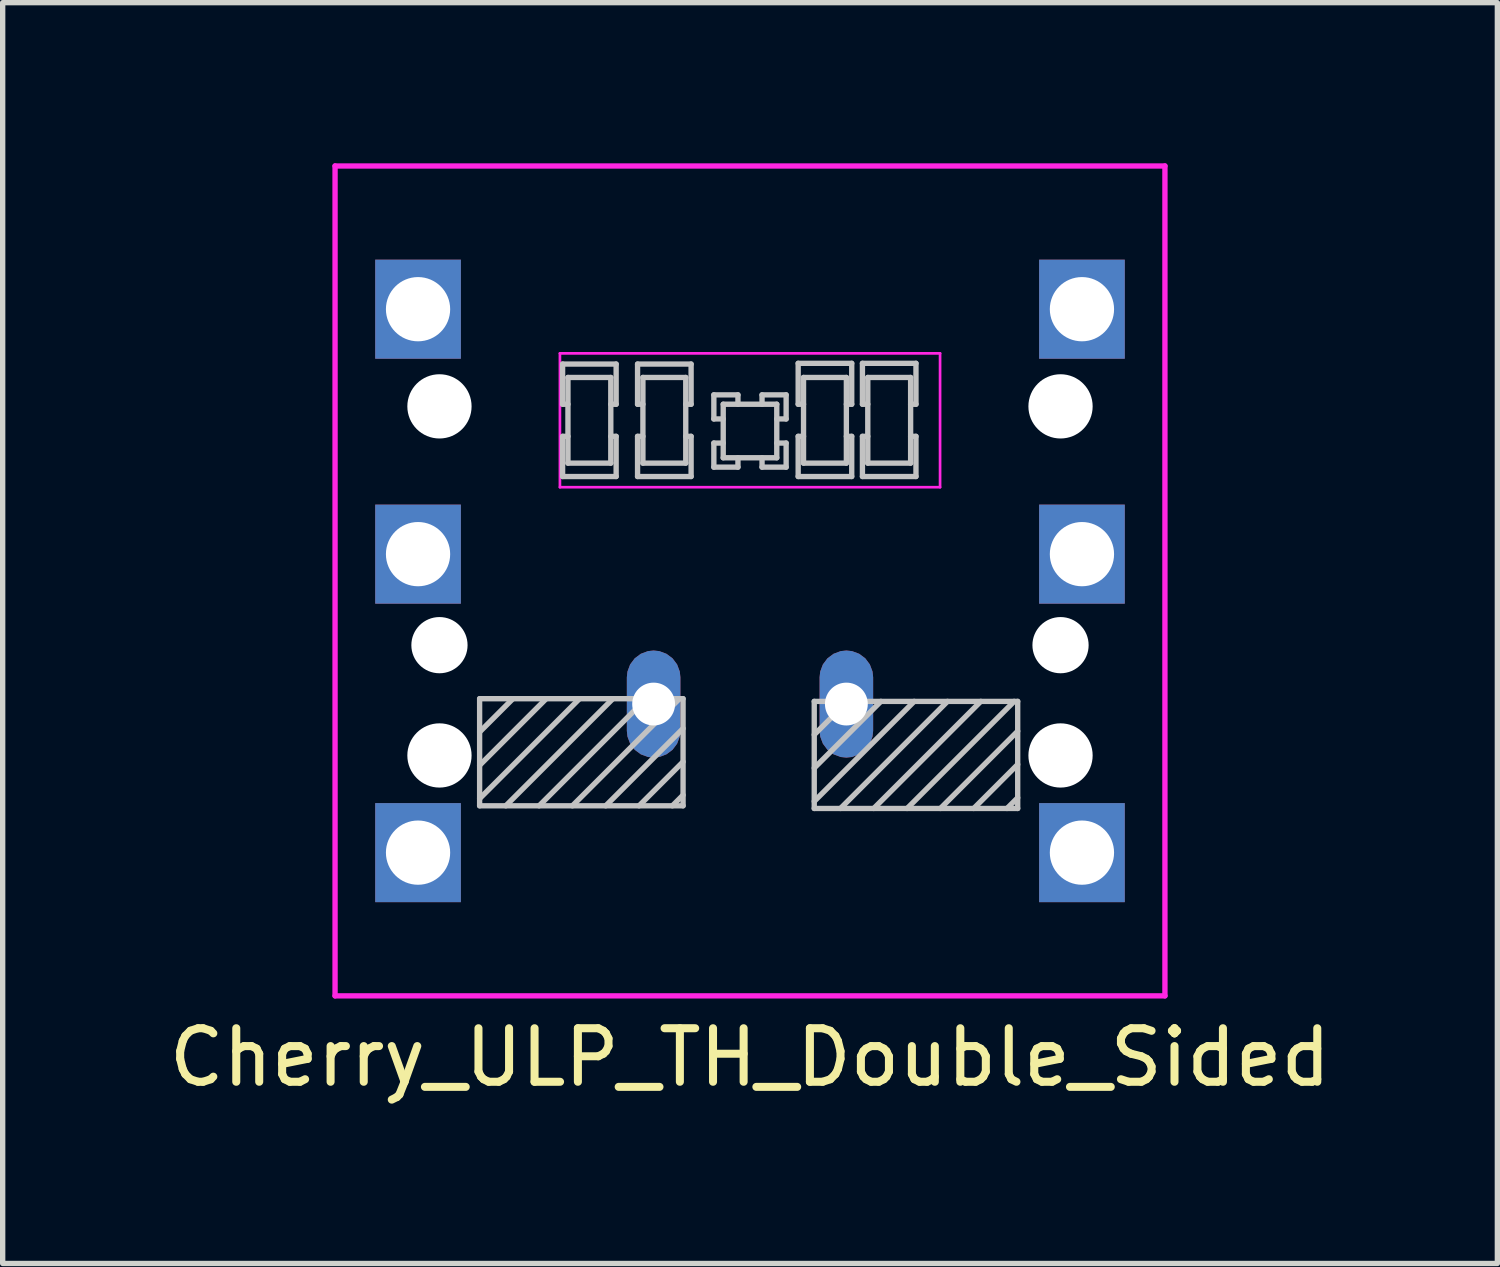
<source format=kicad_pcb>
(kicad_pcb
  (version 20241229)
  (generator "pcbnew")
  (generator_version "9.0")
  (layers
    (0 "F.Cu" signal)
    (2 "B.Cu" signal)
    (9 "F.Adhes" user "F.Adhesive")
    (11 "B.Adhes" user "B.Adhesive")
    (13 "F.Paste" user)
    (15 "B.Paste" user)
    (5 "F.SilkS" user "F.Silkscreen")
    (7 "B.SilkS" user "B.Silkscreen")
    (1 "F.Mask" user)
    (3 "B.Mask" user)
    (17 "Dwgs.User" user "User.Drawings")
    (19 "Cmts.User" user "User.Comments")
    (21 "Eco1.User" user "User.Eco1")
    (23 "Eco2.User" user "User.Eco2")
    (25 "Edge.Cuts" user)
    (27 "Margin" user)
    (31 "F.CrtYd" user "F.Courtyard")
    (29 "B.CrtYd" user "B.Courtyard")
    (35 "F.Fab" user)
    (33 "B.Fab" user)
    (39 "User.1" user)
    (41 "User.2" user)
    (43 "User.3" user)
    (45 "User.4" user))
  (footprint "Cherry_ULP_TH_Double_Sided"
    (layer "F.Cu")
    (at 10.958 7.8)
    (property "Reference" "Cherry_ULP_TH_Double_Sided" (at 0 8.9 0) (layer "F.SilkS") (effects (font (size 1 1) (thickness 0.15))))
    (attr through_hole)
    (fp_line (start -5.05 2.2) (end -1.25 2.2) (stroke (width 0.1) (type solid)) (layer "Dwgs.User"))
    (fp_line (start -5.05 2.822) (end -4.428 2.2) (stroke (width 0.1) (type solid)) (layer "Dwgs.User"))
    (fp_line (start -5.05 3.444) (end -3.806 2.2) (stroke (width 0.1) (type solid)) (layer "Dwgs.User"))
    (fp_line (start -5.05 4.066) (end -3.184 2.2) (stroke (width 0.1) (type solid)) (layer "Dwgs.User"))
    (fp_line (start -5.05 4.2) (end -5.05 2.2) (stroke (width 0.1) (type solid)) (layer "Dwgs.User"))
    (fp_line (start -4.561 4.2) (end -2.561 2.2) (stroke (width 0.1) (type solid)) (layer "Dwgs.User"))
    (fp_line (start -3.939 4.2) (end -1.939 2.2) (stroke (width 0.1) (type solid)) (layer "Dwgs.User"))
    (fp_line (start -3.5 -4.05) (end -3.5 -3.3) (stroke (width 0.1) (type solid)) (layer "Dwgs.User"))
    (fp_line (start -3.5 -3.3) (end -3.4 -3.3) (stroke (width 0.1) (type solid)) (layer "Dwgs.User"))
    (fp_line (start -3.5 -2.7) (end -3.5 -1.95) (stroke (width 0.1) (type solid)) (layer "Dwgs.User"))
    (fp_line (start -3.5 -1.95) (end -2.5 -1.95) (stroke (width 0.1) (type solid)) (layer "Dwgs.User"))
    (fp_line (start -3.4 -3.8) (end -3.4 -2.2) (stroke (width 0.1) (type solid)) (layer "Dwgs.User"))
    (fp_line (start -3.4 -2.7) (end -3.5 -2.7) (stroke (width 0.1) (type solid)) (layer "Dwgs.User"))
    (fp_line (start -3.4 -2.2) (end -2.6 -2.2) (stroke (width 0.1) (type solid)) (layer "Dwgs.User"))
    (fp_line (start -3.317 4.2) (end -1.317 2.2) (stroke (width 0.1) (type solid)) (layer "Dwgs.User"))
    (fp_line (start -2.695 4.2) (end -1.25 2.756) (stroke (width 0.1) (type solid)) (layer "Dwgs.User"))
    (fp_line (start -2.6 -3.8) (end -3.4 -3.8) (stroke (width 0.1) (type solid)) (layer "Dwgs.User"))
    (fp_line (start -2.6 -3.3) (end -2.5 -3.3) (stroke (width 0.1) (type solid)) (layer "Dwgs.User"))
    (fp_line (start -2.6 -2.2) (end -2.6 -3.8) (stroke (width 0.1) (type solid)) (layer "Dwgs.User"))
    (fp_line (start -2.5 -4.05) (end -3.5 -4.05) (stroke (width 0.1) (type solid)) (layer "Dwgs.User"))
    (fp_line (start -2.5 -3.3) (end -2.5 -4.05) (stroke (width 0.1) (type solid)) (layer "Dwgs.User"))
    (fp_line (start -2.5 -2.7) (end -2.6 -2.7) (stroke (width 0.1) (type solid)) (layer "Dwgs.User"))
    (fp_line (start -2.5 -1.95) (end -2.5 -2.7) (stroke (width 0.1) (type solid)) (layer "Dwgs.User"))
    (fp_line (start -2.1 -4.05) (end -2.1 -3.3) (stroke (width 0.1) (type solid)) (layer "Dwgs.User"))
    (fp_line (start -2.1 -3.3) (end -2 -3.3) (stroke (width 0.1) (type solid)) (layer "Dwgs.User"))
    (fp_line (start -2.1 -2.7) (end -2.1 -1.95) (stroke (width 0.1) (type solid)) (layer "Dwgs.User"))
    (fp_line (start -2.1 -1.95) (end -1.1 -1.95) (stroke (width 0.1) (type solid)) (layer "Dwgs.User"))
    (fp_line (start -2.072 4.2) (end -1.25 3.378) (stroke (width 0.1) (type solid)) (layer "Dwgs.User"))
    (fp_line (start -2 -3.8) (end -2 -2.2) (stroke (width 0.1) (type solid)) (layer "Dwgs.User"))
    (fp_line (start -2 -2.7) (end -2.1 -2.7) (stroke (width 0.1) (type solid)) (layer "Dwgs.User"))
    (fp_line (start -2 -2.2) (end -1.2 -2.2) (stroke (width 0.1) (type solid)) (layer "Dwgs.User"))
    (fp_line (start -1.45 4.2) (end -1.25 4) (stroke (width 0.1) (type solid)) (layer "Dwgs.User"))
    (fp_line (start -1.25 2.2) (end -1.25 4.2) (stroke (width 0.1) (type solid)) (layer "Dwgs.User"))
    (fp_line (start -1.25 4.2) (end -5.05 4.2) (stroke (width 0.1) (type solid)) (layer "Dwgs.User"))
    (fp_line (start -1.2 -3.8) (end -2 -3.8) (stroke (width 0.1) (type solid)) (layer "Dwgs.User"))
    (fp_line (start -1.2 -3.3) (end -1.1 -3.3) (stroke (width 0.1) (type solid)) (layer "Dwgs.User"))
    (fp_line (start -1.2 -2.2) (end -1.2 -3.8) (stroke (width 0.1) (type solid)) (layer "Dwgs.User"))
    (fp_line (start -1.1 -4.05) (end -2.1 -4.05) (stroke (width 0.1) (type solid)) (layer "Dwgs.User"))
    (fp_line (start -1.1 -3.3) (end -1.1 -4.05) (stroke (width 0.1) (type solid)) (layer "Dwgs.User"))
    (fp_line (start -1.1 -2.7) (end -1.2 -2.7) (stroke (width 0.1) (type solid)) (layer "Dwgs.User"))
    (fp_line (start -1.1 -1.95) (end -1.1 -2.7) (stroke (width 0.1) (type solid)) (layer "Dwgs.User"))
    (fp_line (start -0.675 -3.475) (end -0.675 -3.025) (stroke (width 0.1) (type solid)) (layer "Dwgs.User"))
    (fp_line (start -0.675 -3.025) (end -0.5 -3.025) (stroke (width 0.1) (type solid)) (layer "Dwgs.User"))
    (fp_line (start -0.675 -2.575) (end -0.675 -2.125) (stroke (width 0.1) (type solid)) (layer "Dwgs.User"))
    (fp_line (start -0.675 -2.125) (end -0.225 -2.125) (stroke (width 0.1) (type solid)) (layer "Dwgs.User"))
    (fp_line (start -0.5 -3.3) (end -0.5 -2.3) (stroke (width 0.1) (type solid)) (layer "Dwgs.User"))
    (fp_line (start -0.5 -2.575) (end -0.675 -2.575) (stroke (width 0.1) (type solid)) (layer "Dwgs.User"))
    (fp_line (start -0.5 -2.3) (end 0.5 -2.3) (stroke (width 0.1) (type solid)) (layer "Dwgs.User"))
    (fp_line (start -0.225 -3.475) (end -0.675 -3.475) (stroke (width 0.1) (type solid)) (layer "Dwgs.User"))
    (fp_line (start -0.225 -3.3) (end -0.225 -3.475) (stroke (width 0.1) (type solid)) (layer "Dwgs.User"))
    (fp_line (start -0.225 -2.125) (end -0.225 -2.3) (stroke (width 0.1) (type solid)) (layer "Dwgs.User"))
    (fp_line (start 0.225 -3.475) (end 0.225 -3.3) (stroke (width 0.1) (type solid)) (layer "Dwgs.User"))
    (fp_line (start 0.225 -2.3) (end 0.225 -2.125) (stroke (width 0.1) (type solid)) (layer "Dwgs.User"))
    (fp_line (start 0.225 -2.125) (end 0.675 -2.125) (stroke (width 0.1) (type solid)) (layer "Dwgs.User"))
    (fp_line (start 0.5 -3.3) (end -0.5 -3.3) (stroke (width 0.1) (type solid)) (layer "Dwgs.User"))
    (fp_line (start 0.5 -3.025) (end 0.675 -3.025) (stroke (width 0.1) (type solid)) (layer "Dwgs.User"))
    (fp_line (start 0.5 -2.3) (end 0.5 -3.3) (stroke (width 0.1) (type solid)) (layer "Dwgs.User"))
    (fp_line (start 0.675 -3.475) (end 0.225 -3.475) (stroke (width 0.1) (type solid)) (layer "Dwgs.User"))
    (fp_line (start 0.675 -3.025) (end 0.675 -3.475) (stroke (width 0.1) (type solid)) (layer "Dwgs.User"))
    (fp_line (start 0.675 -2.575) (end 0.5 -2.575) (stroke (width 0.1) (type solid)) (layer "Dwgs.User"))
    (fp_line (start 0.675 -2.125) (end 0.675 -2.575) (stroke (width 0.1) (type solid)) (layer "Dwgs.User"))
    (fp_line (start 0.9 -4.064) (end 0.9 -3.3) (stroke (width 0.1) (type solid)) (layer "Dwgs.User"))
    (fp_line (start 0.9 -3.3) (end 1 -3.3) (stroke (width 0.1) (type solid)) (layer "Dwgs.User"))
    (fp_line (start 0.9 -2.7) (end 0.9 -1.95) (stroke (width 0.1) (type solid)) (layer "Dwgs.User"))
    (fp_line (start 0.9 -1.95) (end 1.9 -1.95) (stroke (width 0.1) (type solid)) (layer "Dwgs.User"))
    (fp_line (start 1 -3.8) (end 1 -2.2) (stroke (width 0.1) (type solid)) (layer "Dwgs.User"))
    (fp_line (start 1 -2.7) (end 0.9 -2.7) (stroke (width 0.1) (type solid)) (layer "Dwgs.User"))
    (fp_line (start 1 -2.2) (end 1.8 -2.2) (stroke (width 0.1) (type solid)) (layer "Dwgs.User"))
    (fp_line (start 1.2 2.25) (end 5 2.25) (stroke (width 0.1) (type solid)) (layer "Dwgs.User"))
    (fp_line (start 1.2 2.872) (end 1.822 2.25) (stroke (width 0.1) (type solid)) (layer "Dwgs.User"))
    (fp_line (start 1.2 3.495) (end 2.445 2.25) (stroke (width 0.1) (type solid)) (layer "Dwgs.User"))
    (fp_line (start 1.2 4.117) (end 3.067 2.25) (stroke (width 0.1) (type solid)) (layer "Dwgs.User"))
    (fp_line (start 1.2 4.25) (end 1.2 2.25) (stroke (width 0.1) (type solid)) (layer "Dwgs.User"))
    (fp_line (start 1.689 4.25) (end 3.689 2.25) (stroke (width 0.1) (type solid)) (layer "Dwgs.User"))
    (fp_line (start 1.8 -3.8) (end 1 -3.8) (stroke (width 0.1) (type solid)) (layer "Dwgs.User"))
    (fp_line (start 1.8 -3.3) (end 1.9 -3.3) (stroke (width 0.1) (type solid)) (layer "Dwgs.User"))
    (fp_line (start 1.8 -2.2) (end 1.8 -3.8) (stroke (width 0.1) (type solid)) (layer "Dwgs.User"))
    (fp_line (start 1.9 -4.064) (end 0.9 -4.064) (stroke (width 0.1) (type solid)) (layer "Dwgs.User"))
    (fp_line (start 1.9 -3.3) (end 1.9 -4.064) (stroke (width 0.1) (type solid)) (layer "Dwgs.User"))
    (fp_line (start 1.9 -2.7) (end 1.8 -2.7) (stroke (width 0.1) (type solid)) (layer "Dwgs.User"))
    (fp_line (start 1.9 -1.95) (end 1.9 -2.7) (stroke (width 0.1) (type solid)) (layer "Dwgs.User"))
    (fp_line (start 2.1 -4.064) (end 2.1 -3.3) (stroke (width 0.1) (type solid)) (layer "Dwgs.User"))
    (fp_line (start 2.1 -3.3) (end 2.2 -3.3) (stroke (width 0.1) (type solid)) (layer "Dwgs.User"))
    (fp_line (start 2.1 -2.7) (end 2.1 -1.95) (stroke (width 0.1) (type solid)) (layer "Dwgs.User"))
    (fp_line (start 2.1 -1.95) (end 3.1 -1.95) (stroke (width 0.1) (type solid)) (layer "Dwgs.User"))
    (fp_line (start 2.2 -3.8) (end 2.2 -2.2) (stroke (width 0.1) (type solid)) (layer "Dwgs.User"))
    (fp_line (start 2.2 -2.7) (end 2.1 -2.7) (stroke (width 0.1) (type solid)) (layer "Dwgs.User"))
    (fp_line (start 2.2 -2.2) (end 3 -2.2) (stroke (width 0.1) (type solid)) (layer "Dwgs.User"))
    (fp_line (start 2.311 4.25) (end 4.311 2.25) (stroke (width 0.1) (type solid)) (layer "Dwgs.User"))
    (fp_line (start 2.934 4.25) (end 4.934 2.25) (stroke (width 0.1) (type solid)) (layer "Dwgs.User"))
    (fp_line (start 3 -3.8) (end 2.2 -3.8) (stroke (width 0.1) (type solid)) (layer "Dwgs.User"))
    (fp_line (start 3 -3.3) (end 3.1 -3.3) (stroke (width 0.1) (type solid)) (layer "Dwgs.User"))
    (fp_line (start 3 -2.2) (end 3 -3.8) (stroke (width 0.1) (type solid)) (layer "Dwgs.User"))
    (fp_line (start 3.1 -4.064) (end 2.1 -4.064) (stroke (width 0.1) (type solid)) (layer "Dwgs.User"))
    (fp_line (start 3.1 -3.3) (end 3.1 -4.064) (stroke (width 0.1) (type solid)) (layer "Dwgs.User"))
    (fp_line (start 3.1 -2.7) (end 3 -2.7) (stroke (width 0.1) (type solid)) (layer "Dwgs.User"))
    (fp_line (start 3.1 -1.95) (end 3.1 -2.7) (stroke (width 0.1) (type solid)) (layer "Dwgs.User"))
    (fp_line (start 3.556 4.25) (end 5 2.806) (stroke (width 0.1) (type solid)) (layer "Dwgs.User"))
    (fp_line (start 4.178 4.25) (end 5 3.428) (stroke (width 0.1) (type solid)) (layer "Dwgs.User"))
    (fp_line (start 4.8 4.25) (end 5 4.05) (stroke (width 0.1) (type solid)) (layer "Dwgs.User"))
    (fp_line (start 5 2.25) (end 5 4.25) (stroke (width 0.1) (type solid)) (layer "Dwgs.User"))
    (fp_line (start 5 4.25) (end 1.2 4.25) (stroke (width 0.1) (type solid)) (layer "Dwgs.User"))
    (fp_line (start -7.75 -7.75) (end -7.75 7.75) (stroke (width 0.1) (type solid)) (layer "F.CrtYd"))
    (fp_line (start -7.75 7.75) (end 7.75 7.75) (stroke (width 0.1) (type solid)) (layer "F.CrtYd"))
    (fp_line (start -3.55 -4.25) (end -3.55 -1.75) (stroke (width 0.05) (type solid)) (layer "F.CrtYd"))
    (fp_line (start -3.55 -1.75) (end 3.55 -1.75) (stroke (width 0.05) (type solid)) (layer "F.CrtYd"))
    (fp_line (start 3.55 -4.25) (end -3.55 -4.25) (stroke (width 0.05) (type solid)) (layer "F.CrtYd"))
    (fp_line (start 3.55 -1.75) (end 3.55 -4.25) (stroke (width 0.05) (type solid)) (layer "F.CrtYd"))
    (fp_line (start 7.75 -7.75) (end -7.75 -7.75) (stroke (width 0.1) (type solid)) (layer "F.CrtYd"))
    (fp_line (start 7.75 7.75) (end 7.75 -7.75) (stroke (width 0.1) (type solid)) (layer "F.CrtYd"))
    (pad "" np_thru_hole circle (at -5.8 -3.26) (size 1.2 1.2) (drill 1.2) (layers "*.Cu" "*.Mask"))
    (pad "" np_thru_hole circle (at -5.8 1.2) (size 1.05 1.05) (drill 1.05) (layers "*.Cu" "*.Mask"))
    (pad "" np_thru_hole circle (at -5.8 3.26) (size 1.2 1.2) (drill 1.2) (layers "*.Cu" "*.Mask"))
    (pad "" np_thru_hole circle (at 5.8 -3.26) (size 1.2 1.2) (drill 1.2) (layers "*.Cu" "*.Mask"))
    (pad "" np_thru_hole circle (at 5.8 1.2) (size 1.05 1.05) (drill 1.05) (layers "*.Cu" "*.Mask"))
    (pad "" np_thru_hole circle (at 5.8 3.26) (size 1.2 1.2) (drill 1.2) (layers "*.Cu" "*.Mask"))
    (pad "1" thru_hole roundrect (at -1.8 2.3) (size 1 2) (drill 0.8) (layers "*.Cu" "*.Mask") (roundrect_rratio 0.5))
    (pad "2" thru_hole roundrect (at 1.8 2.3) (size 1 2) (drill 0.8) (layers "*.Cu" "*.Mask") (roundrect_rratio 0.5))
    (pad "3" thru_hole rect (at -6.2 -5.075) (size 1.6 1.85) (drill 1.2) (layers "*.Cu" "*.Mask"))
    (pad "3" thru_hole rect (at -6.2 -0.5) (size 1.6 1.85) (drill 1.2) (layers "*.Cu" "*.Mask"))
    (pad "3" thru_hole rect (at -6.2 5.075) (size 1.6 1.85) (drill 1.2) (layers "*.Cu" "*.Mask"))
    (pad "3" thru_hole rect (at 6.2 -5.075) (size 1.6 1.85) (drill 1.2) (layers "*.Cu" "*.Mask"))
    (pad "3" thru_hole rect (at 6.2 -0.5) (size 1.6 1.85) (drill 1.2) (layers "*.Cu" "*.Mask"))
    (pad "3" thru_hole rect (at 6.2 5.075) (size 1.6 1.85) (drill 1.2) (layers "*.Cu" "*.Mask")))
  (gr_rect
    (start -3 -3)
    (end 24.917 20.548)
    (stroke (width 0.1) (type default))
    (fill no)
    (layer "Edge.Cuts")))
</source>
